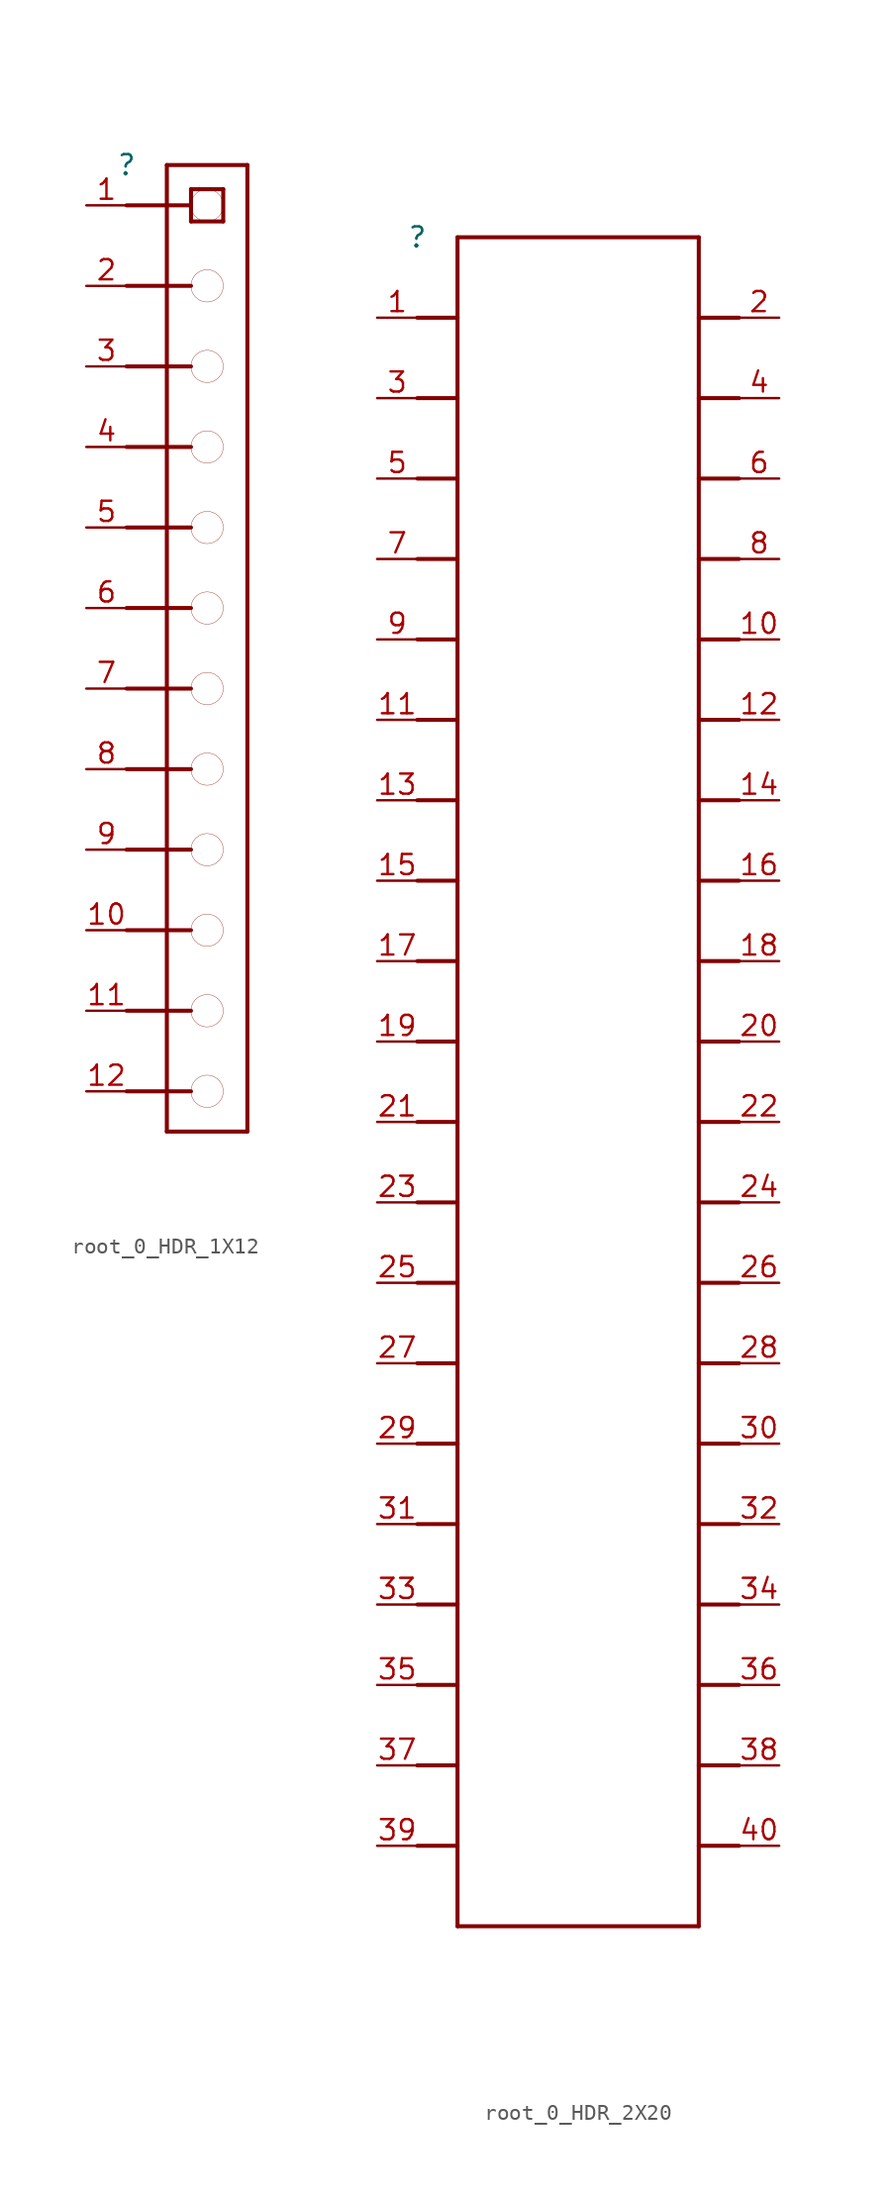
<source format=kicad_sym>
(kicad_symbol_lib
  (version 20220914)
  (generator kicad_symbol_editor)
  (symbol "root_0_HDR_1X12"
    (property "Reference" ""
      (at 0 0 0)
      (effects (font (size 1.27 1.27))))
    (property "Value" ""
      (at 0 0 0)
      (effects (font (size 1.27 1.27))))
    (symbol "root_0_HDR_1X12_1_0"
      (polyline (pts (xy 0 -58.42) (xy 4.064 -58.42)) (stroke (width 0.254) (type solid)) (fill (type none)))
      (polyline (pts (xy 0 -53.34) (xy 4.064 -53.34)) (stroke (width 0.254) (type solid)) (fill (type none)))
      (polyline (pts (xy 0 -48.26) (xy 4.064 -48.26)) (stroke (width 0.254) (type solid)) (fill (type none)))
      (polyline (pts (xy 0 -43.18) (xy 4.064 -43.18)) (stroke (width 0.254) (type solid)) (fill (type none)))
      (polyline (pts (xy 0 -38.1) (xy 4.064 -38.1)) (stroke (width 0.254) (type solid)) (fill (type none)))
      (polyline (pts (xy 0 -33.02) (xy 4.064 -33.02)) (stroke (width 0.254) (type solid)) (fill (type none)))
      (polyline (pts (xy 0 -27.94) (xy 4.064 -27.94)) (stroke (width 0.254) (type solid)) (fill (type none)))
      (polyline (pts (xy 0 -22.86) (xy 4.064 -22.86)) (stroke (width 0.254) (type solid)) (fill (type none)))
      (polyline (pts (xy 0 -17.78) (xy 4.064 -17.78)) (stroke (width 0.254) (type solid)) (fill (type none)))
      (polyline (pts (xy 0 -12.7) (xy 4.064 -12.7)) (stroke (width 0.254) (type solid)) (fill (type none)))
      (polyline (pts (xy 0 -7.62) (xy 4.064 -7.62)) (stroke (width 0.254) (type solid)) (fill (type none)))
      (polyline (pts (xy 0 -2.54) (xy 4.064 -2.54)) (stroke (width 0.254) (type solid)) (fill (type none)))
      (polyline (pts (xy 2.54 -60.96) (xy 7.62 -60.96)) (stroke (width 0.254) (type solid)) (fill (type none)))
      (polyline (pts (xy 2.54 0) (xy 2.54 -60.96)) (stroke (width 0.254) (type solid)) (fill (type none)))
      (polyline (pts (xy 4.064 -3.556) (xy 4.064 -1.524)) (stroke (width 0.254) (type solid)) (fill (type none)))
      (polyline (pts (xy 4.064 -1.524) (xy 6.096 -1.524)) (stroke (width 0.254) (type solid)) (fill (type none)))
      (polyline (pts (xy 6.096 -3.556) (xy 4.064 -3.556)) (stroke (width 0.254) (type solid)) (fill (type none)))
      (polyline (pts (xy 6.096 -1.524) (xy 6.096 -3.556)) (stroke (width 0.254) (type solid)) (fill (type none)))
      (polyline (pts (xy 7.62 -60.96) (xy 7.62 0)) (stroke (width 0.254) (type solid)) (fill (type none)))
      (polyline (pts (xy 7.62 0) (xy 2.54 0)) (stroke (width 0.254) (type solid)) (fill (type none)))
      (circle (center 5.08 -58.42) (radius 1.016) (stroke (width 0.0001) (type solid)) (fill (type none)))
      (circle (center 5.08 -53.34) (radius 1.016) (stroke (width 0.0001) (type solid)) (fill (type none)))
      (circle (center 5.08 -48.26) (radius 1.016) (stroke (width 0.0001) (type solid)) (fill (type none)))
      (circle (center 5.08 -43.18) (radius 1.016) (stroke (width 0.0001) (type solid)) (fill (type none)))
      (circle (center 5.08 -38.1) (radius 1.016) (stroke (width 0.0001) (type solid)) (fill (type none)))
      (circle (center 5.08 -33.02) (radius 1.016) (stroke (width 0.0001) (type solid)) (fill (type none)))
      (circle (center 5.08 -27.94) (radius 1.016) (stroke (width 0.0001) (type solid)) (fill (type none)))
      (circle (center 5.08 -22.86) (radius 1.016) (stroke (width 0.0001) (type solid)) (fill (type none)))
      (circle (center 5.08 -17.78) (radius 1.016) (stroke (width 0.0001) (type solid)) (fill (type none)))
      (circle (center 5.08 -12.7) (radius 1.016) (stroke (width 0.0001) (type solid)) (fill (type none)))
      (circle (center 5.08 -7.62) (radius 1.016) (stroke (width 0.0001) (type solid)) (fill (type none)))
      (circle (center 5.08 -2.54) (radius 1.016) (stroke (width 0.0001) (type solid)) (fill (type none)))
      (pin bidirectional line (at -2.54 -2.54 0) (length 2.54) (name "1" (effects (font (size 0 0)))) (number "1" (effects (font (size 1.27 1.27)))))
      (pin bidirectional line (at -2.54 -48.26 0) (length 2.54) (name "10" (effects (font (size 0 0)))) (number "10" (effects (font (size 1.27 1.27)))))
      (pin bidirectional line (at -2.54 -53.34 0) (length 2.54) (name "11" (effects (font (size 0 0)))) (number "11" (effects (font (size 1.27 1.27)))))
      (pin bidirectional line (at -2.54 -58.42 0) (length 2.54) (name "12" (effects (font (size 0 0)))) (number "12" (effects (font (size 1.27 1.27)))))
      (pin bidirectional line (at -2.54 -7.62 0) (length 2.54) (name "2" (effects (font (size 0 0)))) (number "2" (effects (font (size 1.27 1.27)))))
      (pin bidirectional line (at -2.54 -12.7 0) (length 2.54) (name "3" (effects (font (size 0 0)))) (number "3" (effects (font (size 1.27 1.27)))))
      (pin bidirectional line (at -2.54 -17.78 0) (length 2.54) (name "4" (effects (font (size 0 0)))) (number "4" (effects (font (size 1.27 1.27)))))
      (pin bidirectional line (at -2.54 -22.86 0) (length 2.54) (name "5" (effects (font (size 0 0)))) (number "5" (effects (font (size 1.27 1.27)))))
      (pin bidirectional line (at -2.54 -27.94 0) (length 2.54) (name "6" (effects (font (size 0 0)))) (number "6" (effects (font (size 1.27 1.27)))))
      (pin bidirectional line (at -2.54 -33.02 0) (length 2.54) (name "7" (effects (font (size 0 0)))) (number "7" (effects (font (size 1.27 1.27)))))
      (pin bidirectional line (at -2.54 -38.1 0) (length 2.54) (name "8" (effects (font (size 0 0)))) (number "8" (effects (font (size 1.27 1.27)))))
      (pin bidirectional line (at -2.54 -43.18 0) (length 2.54) (name "9" (effects (font (size 0 0)))) (number "9" (effects (font (size 1.27 1.27)))))))
  (symbol "root_0_HDR_2X20"
    (property "Reference" ""
      (at 0 0 0)
      (effects (font (size 1.27 1.27))))
    (property "Value" ""
      (at 0 0 0)
      (effects (font (size 1.27 1.27))))
    (symbol "root_0_HDR_2X20_1_0"
      (polyline (pts (xy 0 -101.6) (xy 2.54 -101.6)) (stroke (width 0.254) (type solid)) (fill (type none)))
      (polyline (pts (xy 0 -96.52) (xy 2.54 -96.52)) (stroke (width 0.254) (type solid)) (fill (type none)))
      (polyline (pts (xy 0 -91.44) (xy 2.54 -91.44)) (stroke (width 0.254) (type solid)) (fill (type none)))
      (polyline (pts (xy 0 -86.36) (xy 2.54 -86.36)) (stroke (width 0.254) (type solid)) (fill (type none)))
      (polyline (pts (xy 0 -81.28) (xy 2.54 -81.28)) (stroke (width 0.254) (type solid)) (fill (type none)))
      (polyline (pts (xy 0 -76.2) (xy 2.54 -76.2)) (stroke (width 0.254) (type solid)) (fill (type none)))
      (polyline (pts (xy 0 -71.12) (xy 2.54 -71.12)) (stroke (width 0.254) (type solid)) (fill (type none)))
      (polyline (pts (xy 0 -66.04) (xy 2.54 -66.04)) (stroke (width 0.254) (type solid)) (fill (type none)))
      (polyline (pts (xy 0 -60.96) (xy 2.54 -60.96)) (stroke (width 0.254) (type solid)) (fill (type none)))
      (polyline (pts (xy 0 -55.88) (xy 2.54 -55.88)) (stroke (width 0.254) (type solid)) (fill (type none)))
      (polyline (pts (xy 0 -50.8) (xy 2.54 -50.8)) (stroke (width 0.254) (type solid)) (fill (type none)))
      (polyline (pts (xy 0 -45.72) (xy 2.54 -45.72)) (stroke (width 0.254) (type solid)) (fill (type none)))
      (polyline (pts (xy 0 -40.64) (xy 2.54 -40.64)) (stroke (width 0.254) (type solid)) (fill (type none)))
      (polyline (pts (xy 0 -35.56) (xy 2.54 -35.56)) (stroke (width 0.254) (type solid)) (fill (type none)))
      (polyline (pts (xy 0 -30.48) (xy 2.54 -30.48)) (stroke (width 0.254) (type solid)) (fill (type none)))
      (polyline (pts (xy 0 -25.4) (xy 2.54 -25.4)) (stroke (width 0.254) (type solid)) (fill (type none)))
      (polyline (pts (xy 0 -20.32) (xy 2.54 -20.32)) (stroke (width 0.254) (type solid)) (fill (type none)))
      (polyline (pts (xy 0 -15.24) (xy 2.54 -15.24)) (stroke (width 0.254) (type solid)) (fill (type none)))
      (polyline (pts (xy 0 -10.16) (xy 2.54 -10.16)) (stroke (width 0.254) (type solid)) (fill (type none)))
      (polyline (pts (xy 0 -5.08) (xy 2.54 -5.08)) (stroke (width 0.254) (type solid)) (fill (type none)))
      (polyline (pts (xy 2.54 -106.68) (xy 17.78 -106.68)) (stroke (width 0.254) (type solid)) (fill (type none)))
      (polyline (pts (xy 2.54 0) (xy 2.54 -106.68)) (stroke (width 0.254) (type solid)) (fill (type none)))
      (polyline (pts (xy 2.54 0) (xy 17.78 0)) (stroke (width 0.254) (type solid)) (fill (type none)))
      (polyline (pts (xy 17.78 -101.6) (xy 20.32 -101.6)) (stroke (width 0.254) (type solid)) (fill (type none)))
      (polyline (pts (xy 17.78 -96.52) (xy 20.32 -96.52)) (stroke (width 0.254) (type solid)) (fill (type none)))
      (polyline (pts (xy 17.78 -91.44) (xy 20.32 -91.44)) (stroke (width 0.254) (type solid)) (fill (type none)))
      (polyline (pts (xy 17.78 -86.36) (xy 20.32 -86.36)) (stroke (width 0.254) (type solid)) (fill (type none)))
      (polyline (pts (xy 17.78 -81.28) (xy 20.32 -81.28)) (stroke (width 0.254) (type solid)) (fill (type none)))
      (polyline (pts (xy 17.78 -76.2) (xy 20.32 -76.2)) (stroke (width 0.254) (type solid)) (fill (type none)))
      (polyline (pts (xy 17.78 -71.12) (xy 20.32 -71.12)) (stroke (width 0.254) (type solid)) (fill (type none)))
      (polyline (pts (xy 17.78 -66.04) (xy 20.32 -66.04)) (stroke (width 0.254) (type solid)) (fill (type none)))
      (polyline (pts (xy 17.78 -60.96) (xy 20.32 -60.96)) (stroke (width 0.254) (type solid)) (fill (type none)))
      (polyline (pts (xy 17.78 -55.88) (xy 20.32 -55.88)) (stroke (width 0.254) (type solid)) (fill (type none)))
      (polyline (pts (xy 17.78 -50.8) (xy 20.32 -50.8)) (stroke (width 0.254) (type solid)) (fill (type none)))
      (polyline (pts (xy 17.78 -45.72) (xy 20.32 -45.72)) (stroke (width 0.254) (type solid)) (fill (type none)))
      (polyline (pts (xy 17.78 -40.64) (xy 20.32 -40.64)) (stroke (width 0.254) (type solid)) (fill (type none)))
      (polyline (pts (xy 17.78 -35.56) (xy 20.32 -35.56)) (stroke (width 0.254) (type solid)) (fill (type none)))
      (polyline (pts (xy 17.78 -30.48) (xy 20.32 -30.48)) (stroke (width 0.254) (type solid)) (fill (type none)))
      (polyline (pts (xy 17.78 -25.4) (xy 20.32 -25.4)) (stroke (width 0.254) (type solid)) (fill (type none)))
      (polyline (pts (xy 17.78 -20.32) (xy 20.32 -20.32)) (stroke (width 0.254) (type solid)) (fill (type none)))
      (polyline (pts (xy 17.78 -15.24) (xy 20.32 -15.24)) (stroke (width 0.254) (type solid)) (fill (type none)))
      (polyline (pts (xy 17.78 -10.16) (xy 20.32 -10.16)) (stroke (width 0.254) (type solid)) (fill (type none)))
      (polyline (pts (xy 17.78 -5.08) (xy 20.32 -5.08)) (stroke (width 0.254) (type solid)) (fill (type none)))
      (polyline (pts (xy 17.78 0) (xy 17.78 -106.68)) (stroke (width 0.254) (type solid)) (fill (type none)))
      (pin bidirectional line (at -2.54 -5.08 0) (length 2.54) (name "1" (effects (font (size 0 0)))) (number "1" (effects (font (size 1.27 1.27)))))
      (pin bidirectional line (at 22.86 -25.4 180) (length 2.54) (name "10" (effects (font (size 0 0)))) (number "10" (effects (font (size 1.27 1.27)))))
      (pin bidirectional line (at -2.54 -30.48 0) (length 2.54) (name "11" (effects (font (size 0 0)))) (number "11" (effects (font (size 1.27 1.27)))))
      (pin bidirectional line (at 22.86 -30.48 180) (length 2.54) (name "12" (effects (font (size 0 0)))) (number "12" (effects (font (size 1.27 1.27)))))
      (pin bidirectional line (at -2.54 -35.56 0) (length 2.54) (name "13" (effects (font (size 0 0)))) (number "13" (effects (font (size 1.27 1.27)))))
      (pin bidirectional line (at 22.86 -35.56 180) (length 2.54) (name "14" (effects (font (size 0 0)))) (number "14" (effects (font (size 1.27 1.27)))))
      (pin bidirectional line (at -2.54 -40.64 0) (length 2.54) (name "15" (effects (font (size 0 0)))) (number "15" (effects (font (size 1.27 1.27)))))
      (pin bidirectional line (at 22.86 -40.64 180) (length 2.54) (name "16" (effects (font (size 0 0)))) (number "16" (effects (font (size 1.27 1.27)))))
      (pin bidirectional line (at -2.54 -45.72 0) (length 2.54) (name "17" (effects (font (size 0 0)))) (number "17" (effects (font (size 1.27 1.27)))))
      (pin bidirectional line (at 22.86 -45.72 180) (length 2.54) (name "18" (effects (font (size 0 0)))) (number "18" (effects (font (size 1.27 1.27)))))
      (pin bidirectional line (at -2.54 -50.8 0) (length 2.54) (name "19" (effects (font (size 0 0)))) (number "19" (effects (font (size 1.27 1.27)))))
      (pin bidirectional line (at 22.86 -5.08 180) (length 2.54) (name "2" (effects (font (size 0 0)))) (number "2" (effects (font (size 1.27 1.27)))))
      (pin bidirectional line (at 22.86 -50.8 180) (length 2.54) (name "20" (effects (font (size 0 0)))) (number "20" (effects (font (size 1.27 1.27)))))
      (pin bidirectional line (at -2.54 -55.88 0) (length 2.54) (name "21" (effects (font (size 0 0)))) (number "21" (effects (font (size 1.27 1.27)))))
      (pin bidirectional line (at 22.86 -55.88 180) (length 2.54) (name "22" (effects (font (size 0 0)))) (number "22" (effects (font (size 1.27 1.27)))))
      (pin bidirectional line (at -2.54 -60.96 0) (length 2.54) (name "23" (effects (font (size 0 0)))) (number "23" (effects (font (size 1.27 1.27)))))
      (pin bidirectional line (at 22.86 -60.96 180) (length 2.54) (name "24" (effects (font (size 0 0)))) (number "24" (effects (font (size 1.27 1.27)))))
      (pin bidirectional line (at -2.54 -66.04 0) (length 2.54) (name "25" (effects (font (size 0 0)))) (number "25" (effects (font (size 1.27 1.27)))))
      (pin bidirectional line (at 22.86 -66.04 180) (length 2.54) (name "26" (effects (font (size 0 0)))) (number "26" (effects (font (size 1.27 1.27)))))
      (pin bidirectional line (at -2.54 -71.12 0) (length 2.54) (name "27" (effects (font (size 0 0)))) (number "27" (effects (font (size 1.27 1.27)))))
      (pin bidirectional line (at 22.86 -71.12 180) (length 2.54) (name "28" (effects (font (size 0 0)))) (number "28" (effects (font (size 1.27 1.27)))))
      (pin bidirectional line (at -2.54 -76.2 0) (length 2.54) (name "29" (effects (font (size 0 0)))) (number "29" (effects (font (size 1.27 1.27)))))
      (pin bidirectional line (at -2.54 -10.16 0) (length 2.54) (name "3" (effects (font (size 0 0)))) (number "3" (effects (font (size 1.27 1.27)))))
      (pin bidirectional line (at 22.86 -76.2 180) (length 2.54) (name "30" (effects (font (size 0 0)))) (number "30" (effects (font (size 1.27 1.27)))))
      (pin bidirectional line (at -2.54 -81.28 0) (length 2.54) (name "31" (effects (font (size 0 0)))) (number "31" (effects (font (size 1.27 1.27)))))
      (pin bidirectional line (at 22.86 -81.28 180) (length 2.54) (name "32" (effects (font (size 0 0)))) (number "32" (effects (font (size 1.27 1.27)))))
      (pin bidirectional line (at -2.54 -86.36 0) (length 2.54) (name "33" (effects (font (size 0 0)))) (number "33" (effects (font (size 1.27 1.27)))))
      (pin bidirectional line (at 22.86 -86.36 180) (length 2.54) (name "34" (effects (font (size 0 0)))) (number "34" (effects (font (size 1.27 1.27)))))
      (pin bidirectional line (at -2.54 -91.44 0) (length 2.54) (name "35" (effects (font (size 0 0)))) (number "35" (effects (font (size 1.27 1.27)))))
      (pin bidirectional line (at 22.86 -91.44 180) (length 2.54) (name "36" (effects (font (size 0 0)))) (number "36" (effects (font (size 1.27 1.27)))))
      (pin bidirectional line (at -2.54 -96.52 0) (length 2.54) (name "37" (effects (font (size 0 0)))) (number "37" (effects (font (size 1.27 1.27)))))
      (pin bidirectional line (at 22.86 -96.52 180) (length 2.54) (name "38" (effects (font (size 0 0)))) (number "38" (effects (font (size 1.27 1.27)))))
      (pin bidirectional line (at -2.54 -101.6 0) (length 2.54) (name "39" (effects (font (size 0 0)))) (number "39" (effects (font (size 1.27 1.27)))))
      (pin bidirectional line (at 22.86 -10.16 180) (length 2.54) (name "4" (effects (font (size 0 0)))) (number "4" (effects (font (size 1.27 1.27)))))
      (pin bidirectional line (at 22.86 -101.6 180) (length 2.54) (name "40" (effects (font (size 0 0)))) (number "40" (effects (font (size 1.27 1.27)))))
      (pin bidirectional line (at -2.54 -15.24 0) (length 2.54) (name "5" (effects (font (size 0 0)))) (number "5" (effects (font (size 1.27 1.27)))))
      (pin bidirectional line (at 22.86 -15.24 180) (length 2.54) (name "6" (effects (font (size 0 0)))) (number "6" (effects (font (size 1.27 1.27)))))
      (pin bidirectional line (at -2.54 -20.32 0) (length 2.54) (name "7" (effects (font (size 0 0)))) (number "7" (effects (font (size 1.27 1.27)))))
      (pin bidirectional line (at 22.86 -20.32 180) (length 2.54) (name "8" (effects (font (size 0 0)))) (number "8" (effects (font (size 1.27 1.27)))))
      (pin bidirectional line (at -2.54 -25.4 0) (length 2.54) (name "9" (effects (font (size 0 0)))) (number "9" (effects (font (size 1.27 1.27))))))))
</source>
